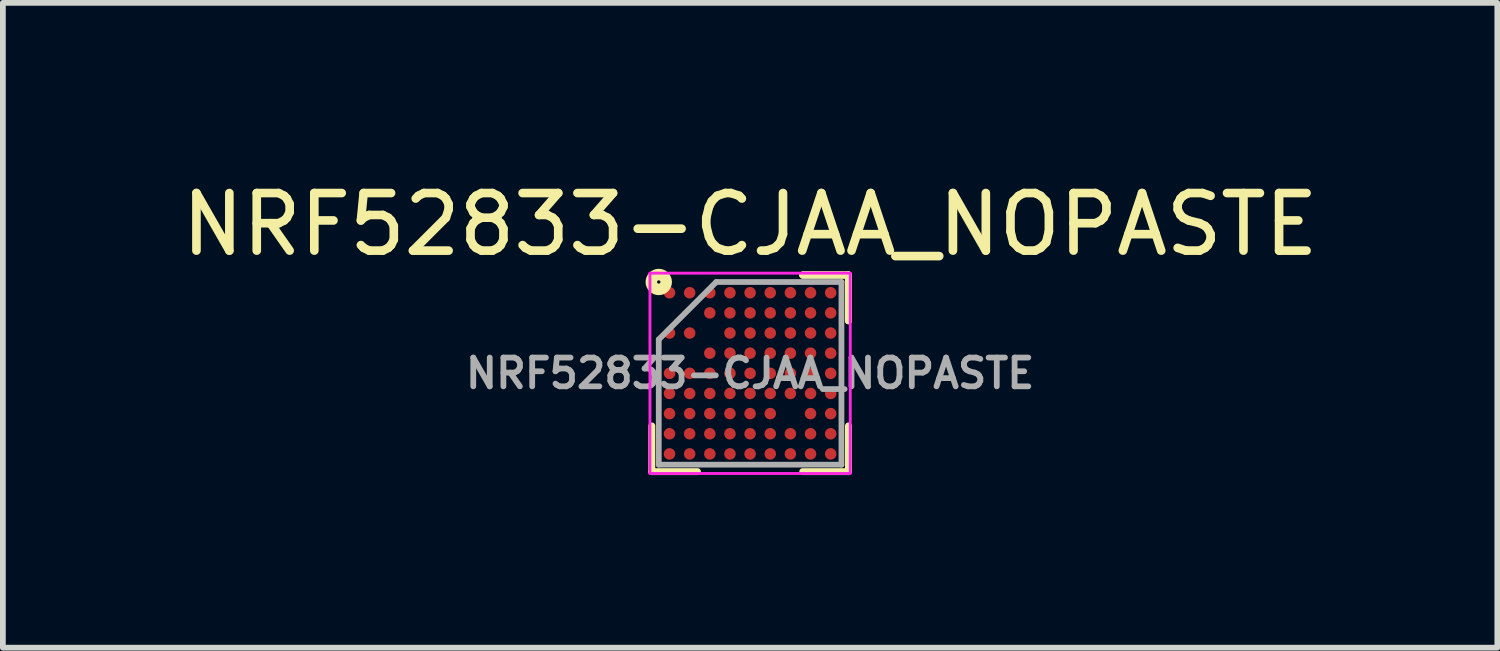
<source format=kicad_pcb>
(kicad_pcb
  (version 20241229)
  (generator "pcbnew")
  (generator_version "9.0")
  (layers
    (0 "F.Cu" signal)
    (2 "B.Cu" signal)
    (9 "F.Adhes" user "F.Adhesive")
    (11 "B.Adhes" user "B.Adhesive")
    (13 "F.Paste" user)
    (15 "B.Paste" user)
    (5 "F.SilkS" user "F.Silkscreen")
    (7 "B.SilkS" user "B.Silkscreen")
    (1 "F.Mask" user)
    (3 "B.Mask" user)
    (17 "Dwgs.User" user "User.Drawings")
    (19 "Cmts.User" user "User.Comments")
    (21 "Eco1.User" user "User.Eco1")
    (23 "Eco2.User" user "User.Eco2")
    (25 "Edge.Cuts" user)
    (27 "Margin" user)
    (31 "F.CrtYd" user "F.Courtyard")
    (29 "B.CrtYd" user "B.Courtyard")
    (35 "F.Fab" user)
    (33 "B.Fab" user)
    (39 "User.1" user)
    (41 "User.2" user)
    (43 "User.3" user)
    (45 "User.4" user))
  (footprint "NRF52833-CJAA_NOPASTE"
    (layer "F.Cu")
    (at 9.982 3.436)
    (property "Reference" "NRF52833-CJAA_NOPASTE" (at 0 -2.587 0) (layer "F.SilkS") (effects (font (size 1 1) (thickness 0.15))))
    (attr smd)
    (fp_line (start -1.708 1.708) (end -1.708 0.914) (stroke (width 0.12) (type solid)) (layer "F.SilkS"))
    (fp_line (start -0.914 1.708) (end -1.708 1.708) (stroke (width 0.12) (type solid)) (layer "F.SilkS"))
    (fp_line (start 0.914 -1.708) (end 1.708 -1.708) (stroke (width 0.12) (type solid)) (layer "F.SilkS"))
    (fp_line (start 0.914 -1.708) (end 1.708 -1.708) (stroke (width 0.12) (type solid)) (layer "F.SilkS"))
    (fp_line (start 0.914 -1.708) (end 1.708 -1.708) (stroke (width 0.12) (type solid)) (layer "F.SilkS"))
    (fp_line (start 0.914 1.708) (end 1.708 1.708) (stroke (width 0.12) (type solid)) (layer "F.SilkS"))
    (fp_line (start 1.708 -1.708) (end 1.708 -0.914) (stroke (width 0.12) (type solid)) (layer "F.SilkS"))
    (fp_line (start 1.708 -1.708) (end 1.708 -0.914) (stroke (width 0.12) (type solid)) (layer "F.SilkS"))
    (fp_line (start 1.708 -1.708) (end 1.708 -0.914) (stroke (width 0.12) (type solid)) (layer "F.SilkS"))
    (fp_line (start 1.708 1.708) (end 1.708 0.914) (stroke (width 0.12) (type solid)) (layer "F.SilkS"))
    (fp_circle (center -1.587 -1.587) (end -1.558 -1.587) (stroke (width 0.2) (type solid)) (fill no) (layer "F.SilkS"))
    (fp_line (start -1.74 -1.74) (end 1.74 -1.74) (stroke (width 0.05) (type solid)) (layer "F.CrtYd"))
    (fp_line (start -1.74 1.74) (end -1.74 -1.74) (stroke (width 0.05) (type solid)) (layer "F.CrtYd"))
    (fp_line (start 1.74 -1.74) (end 1.74 1.74) (stroke (width 0.05) (type solid)) (layer "F.CrtYd"))
    (fp_line (start 1.74 1.74) (end -1.74 1.74) (stroke (width 0.05) (type solid)) (layer "F.CrtYd"))
    (fp_line (start -1.587 -0.588) (end -1.587 1.587) (stroke (width 0.1) (type solid)) (layer "F.Fab"))
    (fp_line (start -1.587 1.587) (end 1.587 1.587) (stroke (width 0.1) (type solid)) (layer "F.Fab"))
    (fp_line (start -0.588 -1.587) (end -1.587 -0.588) (stroke (width 0.1) (type solid)) (layer "F.Fab"))
    (fp_line (start 1.587 -1.587) (end -0.588 -1.587) (stroke (width 0.1) (type solid)) (layer "F.Fab"))
    (fp_line (start 1.587 1.587) (end 1.587 -1.587) (stroke (width 0.1) (type solid)) (layer "F.Fab"))
    (fp_text user "${REFERENCE}" (at 0 0 0) (layer "F.Fab") (effects (font (size 0.5 0.5) (thickness 0.1))))
    (pad "A1" smd circle (at -1.4 -1.4) (size 0.2 0.2) (layers "F.Cu" "F.Mask"))
    (pad "A2" smd circle (at -1.05 -1.4) (size 0.2 0.2) (layers "F.Cu" "F.Mask"))
    (pad "A3" smd circle (at -0.7 -1.4) (size 0.2 0.2) (layers "F.Cu" "F.Mask"))
    (pad "A4" smd circle (at -0.35 -1.4) (size 0.2 0.2) (layers "F.Cu" "F.Mask"))
    (pad "A5" smd circle (at 0 -1.4) (size 0.2 0.2) (layers "F.Cu" "F.Mask"))
    (pad "A6" smd circle (at 0.35 -1.4) (size 0.2 0.2) (layers "F.Cu" "F.Mask"))
    (pad "A7" smd circle (at 0.7 -1.4) (size 0.2 0.2) (layers "F.Cu" "F.Mask"))
    (pad "A8" smd circle (at 1.05 -1.4) (size 0.2 0.2) (layers "F.Cu" "F.Mask"))
    (pad "A9" smd circle (at 1.4 -1.4) (size 0.2 0.2) (layers "F.Cu" "F.Mask"))
    (pad "B3" smd circle (at -0.7 -1.05) (size 0.2 0.2) (layers "F.Cu" "F.Mask"))
    (pad "B4" smd circle (at -0.35 -1.05) (size 0.2 0.2) (layers "F.Cu" "F.Mask"))
    (pad "B5" smd circle (at 0 -1.05) (size 0.2 0.2) (layers "F.Cu" "F.Mask"))
    (pad "B6" smd circle (at 0.35 -1.05) (size 0.2 0.2) (layers "F.Cu" "F.Mask"))
    (pad "B7" smd circle (at 0.7 -1.05) (size 0.2 0.2) (layers "F.Cu" "F.Mask"))
    (pad "B8" smd circle (at 1.05 -1.05) (size 0.2 0.2) (layers "F.Cu" "F.Mask"))
    (pad "B9" smd circle (at 1.4 -1.05) (size 0.2 0.2) (layers "F.Cu" "F.Mask"))
    (pad "C1" smd circle (at -1.4 -0.7) (size 0.2 0.2) (layers "F.Cu" "F.Mask"))
    (pad "C2" smd circle (at -1.05 -0.7) (size 0.2 0.2) (layers "F.Cu" "F.Mask"))
    (pad "C4" smd circle (at -0.35 -0.7) (size 0.2 0.2) (layers "F.Cu" "F.Mask"))
    (pad "C5" smd circle (at 0 -0.7) (size 0.2 0.2) (layers "F.Cu" "F.Mask"))
    (pad "C6" smd circle (at 0.35 -0.7) (size 0.2 0.2) (layers "F.Cu" "F.Mask"))
    (pad "C7" smd circle (at 0.7 -0.7) (size 0.2 0.2) (layers "F.Cu" "F.Mask"))
    (pad "C8" smd circle (at 1.05 -0.7) (size 0.2 0.2) (layers "F.Cu" "F.Mask"))
    (pad "C9" smd circle (at 1.4 -0.7) (size 0.2 0.2) (layers "F.Cu" "F.Mask"))
    (pad "D3" smd circle (at -0.7 -0.35) (size 0.2 0.2) (layers "F.Cu" "F.Mask"))
    (pad "D4" smd circle (at -0.35 -0.35) (size 0.2 0.2) (layers "F.Cu" "F.Mask"))
    (pad "D5" smd circle (at 0 -0.35) (size 0.2 0.2) (layers "F.Cu" "F.Mask"))
    (pad "D6" smd circle (at 0.35 -0.35) (size 0.2 0.2) (layers "F.Cu" "F.Mask"))
    (pad "D7" smd circle (at 0.7 -0.35) (size 0.2 0.2) (layers "F.Cu" "F.Mask"))
    (pad "D8" smd circle (at 1.05 -0.35) (size 0.2 0.2) (layers "F.Cu" "F.Mask"))
    (pad "D9" smd circle (at 1.4 -0.35) (size 0.2 0.2) (layers "F.Cu" "F.Mask"))
    (pad "E1" smd circle (at -1.4 0) (size 0.2 0.2) (layers "F.Cu" "F.Mask"))
    (pad "E2" smd circle (at -1.05 0) (size 0.2 0.2) (layers "F.Cu" "F.Mask"))
    (pad "E3" smd circle (at -0.7 0) (size 0.2 0.2) (layers "F.Cu" "F.Mask"))
    (pad "E4" smd circle (at -0.35 0) (size 0.2 0.2) (layers "F.Cu" "F.Mask"))
    (pad "E5" smd circle (at 0 0) (size 0.2 0.2) (layers "F.Cu" "F.Mask"))
    (pad "E6" smd circle (at 0.35 0) (size 0.2 0.2) (layers "F.Cu" "F.Mask"))
    (pad "E7" smd circle (at 0.7 0) (size 0.2 0.2) (layers "F.Cu" "F.Mask"))
    (pad "E8" smd circle (at 1.05 0) (size 0.2 0.2) (layers "F.Cu" "F.Mask"))
    (pad "E9" smd circle (at 1.4 0) (size 0.2 0.2) (layers "F.Cu" "F.Mask"))
    (pad "F1" smd circle (at -1.4 0.35) (size 0.2 0.2) (layers "F.Cu" "F.Mask"))
    (pad "F2" smd circle (at -1.05 0.35) (size 0.2 0.2) (layers "F.Cu" "F.Mask"))
    (pad "F3" smd circle (at -0.7 0.35) (size 0.2 0.2) (layers "F.Cu" "F.Mask"))
    (pad "F4" smd circle (at -0.35 0.35) (size 0.2 0.2) (layers "F.Cu" "F.Mask"))
    (pad "F5" smd circle (at 0 0.35) (size 0.2 0.2) (layers "F.Cu" "F.Mask"))
    (pad "F6" smd circle (at 0.35 0.35) (size 0.2 0.2) (layers "F.Cu" "F.Mask"))
    (pad "F7" smd circle (at 0.7 0.35) (size 0.2 0.2) (layers "F.Cu" "F.Mask"))
    (pad "F8" smd circle (at 1.05 0.35) (size 0.2 0.2) (layers "F.Cu" "F.Mask"))
    (pad "F9" smd circle (at 1.4 0.35) (size 0.2 0.2) (layers "F.Cu" "F.Mask"))
    (pad "G1" smd circle (at -1.4 0.7) (size 0.2 0.2) (layers "F.Cu" "F.Mask"))
    (pad "G2" smd circle (at -1.05 0.7) (size 0.2 0.2) (layers "F.Cu" "F.Mask"))
    (pad "G3" smd circle (at -0.7 0.7) (size 0.2 0.2) (layers "F.Cu" "F.Mask"))
    (pad "G4" smd circle (at -0.35 0.7) (size 0.2 0.2) (layers "F.Cu" "F.Mask"))
    (pad "G5" smd circle (at 0 0.7) (size 0.2 0.2) (layers "F.Cu" "F.Mask"))
    (pad "G6" smd circle (at 0.35 0.7) (size 0.2 0.2) (layers "F.Cu" "F.Mask"))
    (pad "G8" smd circle (at 1.05 0.7) (size 0.2 0.2) (layers "F.Cu" "F.Mask"))
    (pad "G9" smd circle (at 1.4 0.7) (size 0.2 0.2) (layers "F.Cu" "F.Mask"))
    (pad "H1" smd circle (at -1.4 1.05) (size 0.2 0.2) (layers "F.Cu" "F.Mask"))
    (pad "H2" smd circle (at -1.05 1.05) (size 0.2 0.2) (layers "F.Cu" "F.Mask"))
    (pad "H3" smd circle (at -0.7 1.05) (size 0.2 0.2) (layers "F.Cu" "F.Mask"))
    (pad "H4" smd circle (at -0.35 1.05) (size 0.2 0.2) (layers "F.Cu" "F.Mask"))
    (pad "H5" smd circle (at 0 1.05) (size 0.2 0.2) (layers "F.Cu" "F.Mask"))
    (pad "H6" smd circle (at 0.35 1.05) (size 0.2 0.2) (layers "F.Cu" "F.Mask"))
    (pad "H7" smd circle (at 0.7 1.05) (size 0.2 0.2) (layers "F.Cu" "F.Mask"))
    (pad "H8" smd circle (at 1.05 1.05) (size 0.2 0.2) (layers "F.Cu" "F.Mask"))
    (pad "H9" smd circle (at 1.4 1.05) (size 0.2 0.2) (layers "F.Cu" "F.Mask"))
    (pad "J1" smd circle (at -1.4 1.4) (size 0.2 0.2) (layers "F.Cu" "F.Mask"))
    (pad "J2" smd circle (at -1.05 1.4) (size 0.2 0.2) (layers "F.Cu" "F.Mask"))
    (pad "J3" smd circle (at -0.7 1.4) (size 0.2 0.2) (layers "F.Cu" "F.Mask"))
    (pad "J4" smd circle (at -0.35 1.4) (size 0.2 0.2) (layers "F.Cu" "F.Mask"))
    (pad "J5" smd circle (at 0 1.4) (size 0.2 0.2) (layers "F.Cu" "F.Mask"))
    (pad "J6" smd circle (at 0.35 1.4) (size 0.2 0.2) (layers "F.Cu" "F.Mask"))
    (pad "J7" smd circle (at 0.7 1.4) (size 0.2 0.2) (layers "F.Cu" "F.Mask"))
    (pad "J8" smd circle (at 1.05 1.4) (size 0.2 0.2) (layers "F.Cu" "F.Mask"))
    (pad "J9" smd circle (at 1.4 1.4) (size 0.2 0.2) (layers "F.Cu" "F.Mask")))
  (gr_rect
    (start -3 -3)
    (end 22.964 8.203)
    (stroke (width 0.1) (type default))
    (fill no)
    (layer "Edge.Cuts")))
</source>
